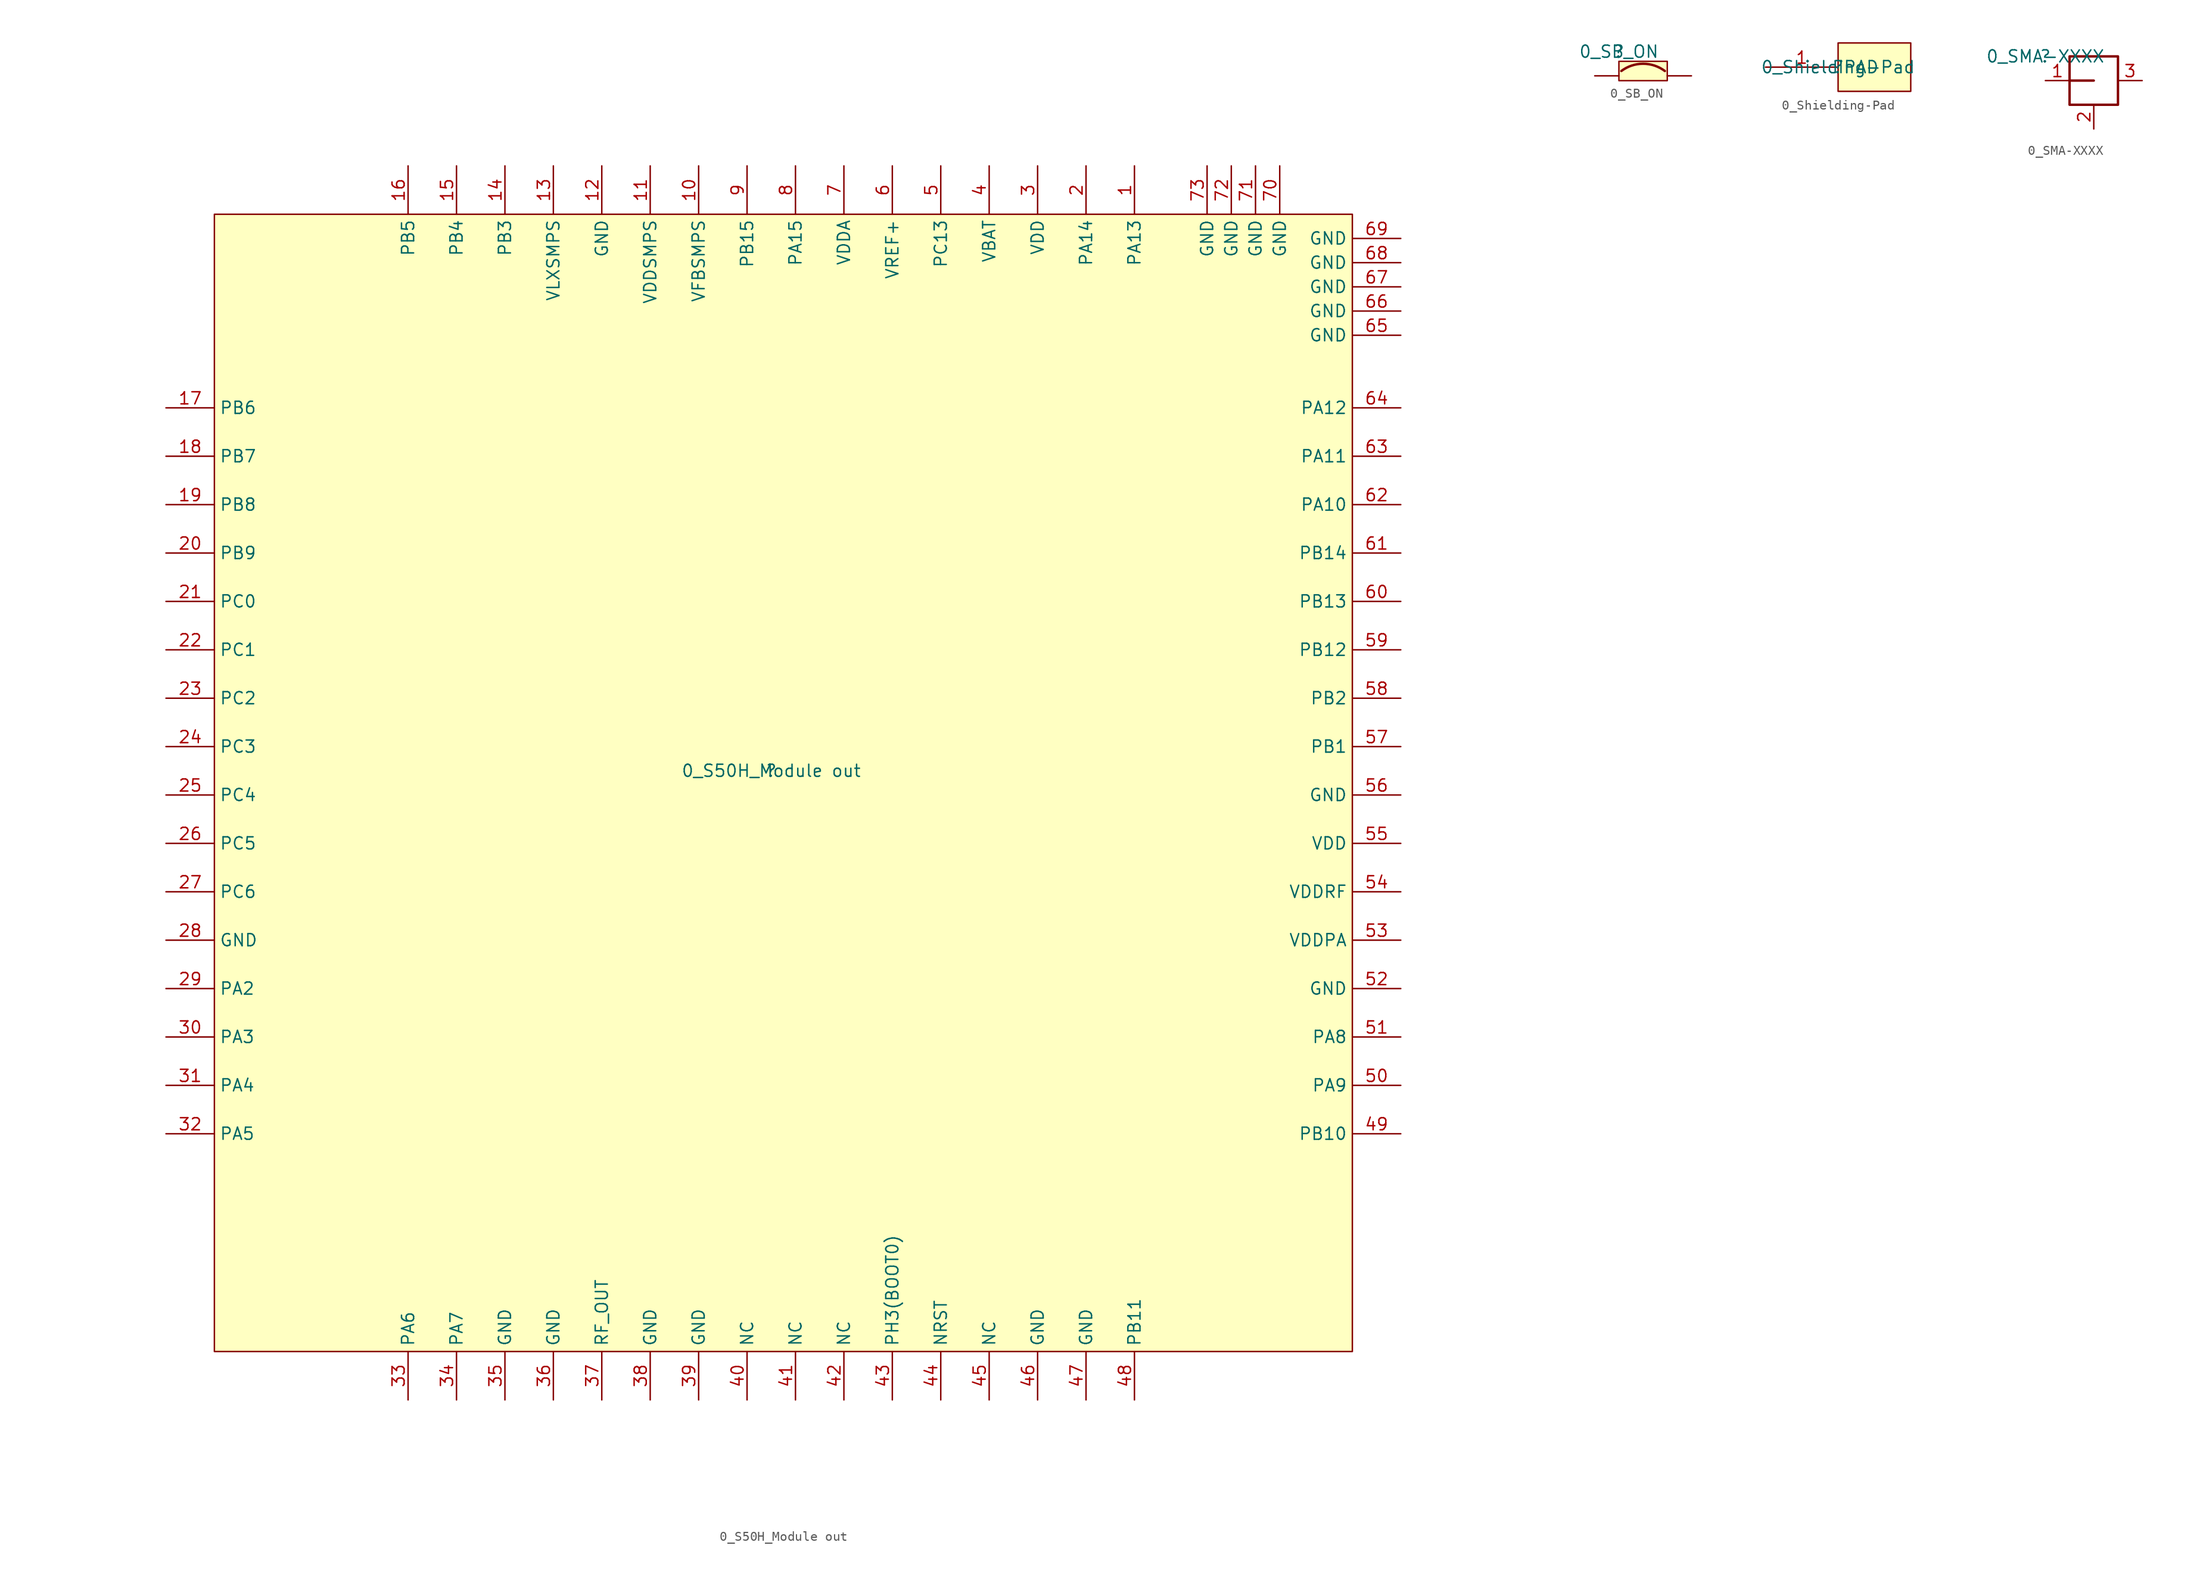
<source format=kicad_sym>
(kicad_symbol_lib
  (version 20231120)
  (generator "kicad_symbol_editor")
  (generator_version "8.0")
  (symbol "0_S50H_Module out"
    (property "Reference" ""
      (at 0 0 0)
      (effects (font (size 1.27 1.27))))
    (property "Value" "0_S50H_Module out"
      (at 0 0 0)
      (effects (font (size 1.27 1.27))))
    (symbol "0_S50H_Module out_1_0"
      (rectangle (start 60.96 58.42) (end -58.42 -60.96) (stroke (width 0) (type default)) (fill (type background)))
      (pin passive line (at 38.1 63.5 270) (length 5.08) (name "PA13" (effects (font (size 1.27 1.27)))) (number "1" (effects (font (size 1.27 1.27)))))
      (pin passive line (at -7.62 63.5 270) (length 5.08) (name "VFBSMPS" (effects (font (size 1.27 1.27)))) (number "10" (effects (font (size 1.27 1.27)))))
      (pin passive line (at -12.7 63.5 270) (length 5.08) (name "VDDSMPS" (effects (font (size 1.27 1.27)))) (number "11" (effects (font (size 1.27 1.27)))))
      (pin passive line (at -17.78 63.5 270) (length 5.08) (name "GND" (effects (font (size 1.27 1.27)))) (number "12" (effects (font (size 1.27 1.27)))))
      (pin passive line (at -22.86 63.5 270) (length 5.08) (name "VLXSMPS" (effects (font (size 1.27 1.27)))) (number "13" (effects (font (size 1.27 1.27)))))
      (pin passive line (at -27.94 63.5 270) (length 5.08) (name "PB3" (effects (font (size 1.27 1.27)))) (number "14" (effects (font (size 1.27 1.27)))))
      (pin passive line (at -33.02 63.5 270) (length 5.08) (name "PB4" (effects (font (size 1.27 1.27)))) (number "15" (effects (font (size 1.27 1.27)))))
      (pin passive line (at -38.1 63.5 270) (length 5.08) (name "PB5" (effects (font (size 1.27 1.27)))) (number "16" (effects (font (size 1.27 1.27)))))
      (pin passive line (at -63.5 38.1 0) (length 5.08) (name "PB6" (effects (font (size 1.27 1.27)))) (number "17" (effects (font (size 1.27 1.27)))))
      (pin passive line (at -63.5 33.02 0) (length 5.08) (name "PB7" (effects (font (size 1.27 1.27)))) (number "18" (effects (font (size 1.27 1.27)))))
      (pin passive line (at -63.5 27.94 0) (length 5.08) (name "PB8" (effects (font (size 1.27 1.27)))) (number "19" (effects (font (size 1.27 1.27)))))
      (pin passive line (at 33.02 63.5 270) (length 5.08) (name "PA14" (effects (font (size 1.27 1.27)))) (number "2" (effects (font (size 1.27 1.27)))))
      (pin passive line (at -63.5 22.86 0) (length 5.08) (name "PB9" (effects (font (size 1.27 1.27)))) (number "20" (effects (font (size 1.27 1.27)))))
      (pin passive line (at -63.5 17.78 0) (length 5.08) (name "PC0" (effects (font (size 1.27 1.27)))) (number "21" (effects (font (size 1.27 1.27)))))
      (pin passive line (at -63.5 12.7 0) (length 5.08) (name "PC1" (effects (font (size 1.27 1.27)))) (number "22" (effects (font (size 1.27 1.27)))))
      (pin passive line (at -63.5 7.62 0) (length 5.08) (name "PC2" (effects (font (size 1.27 1.27)))) (number "23" (effects (font (size 1.27 1.27)))))
      (pin passive line (at -63.5 2.54 0) (length 5.08) (name "PC3" (effects (font (size 1.27 1.27)))) (number "24" (effects (font (size 1.27 1.27)))))
      (pin passive line (at -63.5 -2.54 0) (length 5.08) (name "PC4" (effects (font (size 1.27 1.27)))) (number "25" (effects (font (size 1.27 1.27)))))
      (pin passive line (at -63.5 -7.62 0) (length 5.08) (name "PC5" (effects (font (size 1.27 1.27)))) (number "26" (effects (font (size 1.27 1.27)))))
      (pin passive line (at -63.5 -12.7 0) (length 5.08) (name "PC6" (effects (font (size 1.27 1.27)))) (number "27" (effects (font (size 1.27 1.27)))))
      (pin passive line (at -63.5 -17.78 0) (length 5.08) (name "GND" (effects (font (size 1.27 1.27)))) (number "28" (effects (font (size 1.27 1.27)))))
      (pin passive line (at -63.5 -22.86 0) (length 5.08) (name "PA2" (effects (font (size 1.27 1.27)))) (number "29" (effects (font (size 1.27 1.27)))))
      (pin passive line (at 27.94 63.5 270) (length 5.08) (name "VDD" (effects (font (size 1.27 1.27)))) (number "3" (effects (font (size 1.27 1.27)))))
      (pin passive line (at -63.5 -27.94 0) (length 5.08) (name "PA3" (effects (font (size 1.27 1.27)))) (number "30" (effects (font (size 1.27 1.27)))))
      (pin passive line (at -63.5 -33.02 0) (length 5.08) (name "PA4" (effects (font (size 1.27 1.27)))) (number "31" (effects (font (size 1.27 1.27)))))
      (pin passive line (at -63.5 -38.1 0) (length 5.08) (name "PA5" (effects (font (size 1.27 1.27)))) (number "32" (effects (font (size 1.27 1.27)))))
      (pin passive line (at -38.1 -66.04 90) (length 5.08) (name "PA6" (effects (font (size 1.27 1.27)))) (number "33" (effects (font (size 1.27 1.27)))))
      (pin passive line (at -33.02 -66.04 90) (length 5.08) (name "PA7" (effects (font (size 1.27 1.27)))) (number "34" (effects (font (size 1.27 1.27)))))
      (pin passive line (at -27.94 -66.04 90) (length 5.08) (name "GND" (effects (font (size 1.27 1.27)))) (number "35" (effects (font (size 1.27 1.27)))))
      (pin passive line (at -22.86 -66.04 90) (length 5.08) (name "GND" (effects (font (size 1.27 1.27)))) (number "36" (effects (font (size 1.27 1.27)))))
      (pin passive line (at -17.78 -66.04 90) (length 5.08) (name "RF_OUT" (effects (font (size 1.27 1.27)))) (number "37" (effects (font (size 1.27 1.27)))))
      (pin passive line (at -12.7 -66.04 90) (length 5.08) (name "GND" (effects (font (size 1.27 1.27)))) (number "38" (effects (font (size 1.27 1.27)))))
      (pin passive line (at -7.62 -66.04 90) (length 5.08) (name "GND" (effects (font (size 1.27 1.27)))) (number "39" (effects (font (size 1.27 1.27)))))
      (pin passive line (at 22.86 63.5 270) (length 5.08) (name "VBAT" (effects (font (size 1.27 1.27)))) (number "4" (effects (font (size 1.27 1.27)))))
      (pin passive line (at -2.54 -66.04 90) (length 5.08) (name "NC" (effects (font (size 1.27 1.27)))) (number "40" (effects (font (size 1.27 1.27)))))
      (pin passive line (at 2.54 -66.04 90) (length 5.08) (name "NC" (effects (font (size 1.27 1.27)))) (number "41" (effects (font (size 1.27 1.27)))))
      (pin passive line (at 7.62 -66.04 90) (length 5.08) (name "NC" (effects (font (size 1.27 1.27)))) (number "42" (effects (font (size 1.27 1.27)))))
      (pin passive line (at 12.7 -66.04 90) (length 5.08) (name "PH3(BOOT0)" (effects (font (size 1.27 1.27)))) (number "43" (effects (font (size 1.27 1.27)))))
      (pin passive line (at 17.78 -66.04 90) (length 5.08) (name "NRST" (effects (font (size 1.27 1.27)))) (number "44" (effects (font (size 1.27 1.27)))))
      (pin passive line (at 22.86 -66.04 90) (length 5.08) (name "NC" (effects (font (size 1.27 1.27)))) (number "45" (effects (font (size 1.27 1.27)))))
      (pin passive line (at 27.94 -66.04 90) (length 5.08) (name "GND" (effects (font (size 1.27 1.27)))) (number "46" (effects (font (size 1.27 1.27)))))
      (pin passive line (at 33.02 -66.04 90) (length 5.08) (name "GND" (effects (font (size 1.27 1.27)))) (number "47" (effects (font (size 1.27 1.27)))))
      (pin passive line (at 38.1 -66.04 90) (length 5.08) (name "PB11" (effects (font (size 1.27 1.27)))) (number "48" (effects (font (size 1.27 1.27)))))
      (pin passive line (at 66.04 -38.1 180) (length 5.08) (name "PB10" (effects (font (size 1.27 1.27)))) (number "49" (effects (font (size 1.27 1.27)))))
      (pin passive line (at 17.78 63.5 270) (length 5.08) (name "PC13" (effects (font (size 1.27 1.27)))) (number "5" (effects (font (size 1.27 1.27)))))
      (pin passive line (at 66.04 -33.02 180) (length 5.08) (name "PA9" (effects (font (size 1.27 1.27)))) (number "50" (effects (font (size 1.27 1.27)))))
      (pin passive line (at 66.04 -27.94 180) (length 5.08) (name "PA8" (effects (font (size 1.27 1.27)))) (number "51" (effects (font (size 1.27 1.27)))))
      (pin passive line (at 66.04 -22.86 180) (length 5.08) (name "GND" (effects (font (size 1.27 1.27)))) (number "52" (effects (font (size 1.27 1.27)))))
      (pin passive line (at 66.04 -17.78 180) (length 5.08) (name "VDDPA" (effects (font (size 1.27 1.27)))) (number "53" (effects (font (size 1.27 1.27)))))
      (pin passive line (at 66.04 -12.7 180) (length 5.08) (name "VDDRF" (effects (font (size 1.27 1.27)))) (number "54" (effects (font (size 1.27 1.27)))))
      (pin passive line (at 66.04 -7.62 180) (length 5.08) (name "VDD" (effects (font (size 1.27 1.27)))) (number "55" (effects (font (size 1.27 1.27)))))
      (pin passive line (at 66.04 -2.54 180) (length 5.08) (name "GND" (effects (font (size 1.27 1.27)))) (number "56" (effects (font (size 1.27 1.27)))))
      (pin passive line (at 66.04 2.54 180) (length 5.08) (name "PB1" (effects (font (size 1.27 1.27)))) (number "57" (effects (font (size 1.27 1.27)))))
      (pin passive line (at 66.04 7.62 180) (length 5.08) (name "PB2" (effects (font (size 1.27 1.27)))) (number "58" (effects (font (size 1.27 1.27)))))
      (pin passive line (at 66.04 12.7 180) (length 5.08) (name "PB12" (effects (font (size 1.27 1.27)))) (number "59" (effects (font (size 1.27 1.27)))))
      (pin passive line (at 12.7 63.5 270) (length 5.08) (name "VREF+" (effects (font (size 1.27 1.27)))) (number "6" (effects (font (size 1.27 1.27)))))
      (pin passive line (at 66.04 17.78 180) (length 5.08) (name "PB13" (effects (font (size 1.27 1.27)))) (number "60" (effects (font (size 1.27 1.27)))))
      (pin passive line (at 66.04 22.86 180) (length 5.08) (name "PB14" (effects (font (size 1.27 1.27)))) (number "61" (effects (font (size 1.27 1.27)))))
      (pin passive line (at 66.04 27.94 180) (length 5.08) (name "PA10" (effects (font (size 1.27 1.27)))) (number "62" (effects (font (size 1.27 1.27)))))
      (pin passive line (at 66.04 33.02 180) (length 5.08) (name "PA11" (effects (font (size 1.27 1.27)))) (number "63" (effects (font (size 1.27 1.27)))))
      (pin passive line (at 66.04 38.1 180) (length 5.08) (name "PA12" (effects (font (size 1.27 1.27)))) (number "64" (effects (font (size 1.27 1.27)))))
      (pin passive line (at 66.04 45.72 180) (length 5.08) (name "GND" (effects (font (size 1.27 1.27)))) (number "65" (effects (font (size 1.27 1.27)))))
      (pin passive line (at 66.04 48.26 180) (length 5.08) (name "GND" (effects (font (size 1.27 1.27)))) (number "66" (effects (font (size 1.27 1.27)))))
      (pin passive line (at 66.04 50.8 180) (length 5.08) (name "GND" (effects (font (size 1.27 1.27)))) (number "67" (effects (font (size 1.27 1.27)))))
      (pin passive line (at 66.04 53.34 180) (length 5.08) (name "GND" (effects (font (size 1.27 1.27)))) (number "68" (effects (font (size 1.27 1.27)))))
      (pin passive line (at 66.04 55.88 180) (length 5.08) (name "GND" (effects (font (size 1.27 1.27)))) (number "69" (effects (font (size 1.27 1.27)))))
      (pin passive line (at 7.62 63.5 270) (length 5.08) (name "VDDA" (effects (font (size 1.27 1.27)))) (number "7" (effects (font (size 1.27 1.27)))))
      (pin passive line (at 53.34 63.5 270) (length 5.08) (name "GND" (effects (font (size 1.27 1.27)))) (number "70" (effects (font (size 1.27 1.27)))))
      (pin passive line (at 50.8 63.5 270) (length 5.08) (name "GND" (effects (font (size 1.27 1.27)))) (number "71" (effects (font (size 1.27 1.27)))))
      (pin passive line (at 48.26 63.5 270) (length 5.08) (name "GND" (effects (font (size 1.27 1.27)))) (number "72" (effects (font (size 1.27 1.27)))))
      (pin passive line (at 45.72 63.5 270) (length 5.08) (name "GND" (effects (font (size 1.27 1.27)))) (number "73" (effects (font (size 1.27 1.27)))))
      (pin passive line (at 2.54 63.5 270) (length 5.08) (name "PA15" (effects (font (size 1.27 1.27)))) (number "8" (effects (font (size 1.27 1.27)))))
      (pin passive line (at -2.54 63.5 270) (length 5.08) (name "PB15" (effects (font (size 1.27 1.27)))) (number "9" (effects (font (size 1.27 1.27)))))))
  (symbol "0_SB_ON"
    (property "Reference" ""
      (at 0 0 0)
      (effects (font (size 1.27 1.27))))
    (property "Value" "0_SB_ON"
      (at 0 0 0)
      (effects (font (size 1.27 1.27))))
    (symbol "0_SB_ON_1_0"
      (arc (start 2.54 -1.27) (mid 1.3352 -1.4655) (end 0.254 -2.032) (stroke (width 0.254) (type default)) (fill (type none)))
      (arc (start 4.826 -2.032) (mid 3.7448 -1.4655) (end 2.54 -1.27) (stroke (width 0.254) (type default)) (fill (type none)))
      (rectangle (start 5.08 -1.016) (end 0 -3.048) (stroke (width 0) (type default)) (fill (type background)))
      (pin passive line (at -2.54 -2.54 0) (length 2.54) (name "1" (effects (font (size 0 0)))) (number "1" (effects (font (size 0 0)))))
      (pin passive line (at 7.62 -2.54 180) (length 2.54) (name "2" (effects (font (size 0 0)))) (number "2" (effects (font (size 0 0)))))))
  (symbol "0_Shielding-Pad"
    (property "Reference" ""
      (at 0 0 0)
      (effects (font (size 1.27 1.27))))
    (property "Value" "0_Shielding-Pad"
      (at 0 0 0)
      (effects (font (size 1.27 1.27))))
    (symbol "0_Shielding-Pad_1_0"
      (rectangle (start 7.62 2.54) (end 0 -2.54) (stroke (width 0) (type default)) (fill (type background)))
      (pin passive line (at -7.62 0 0) (length 7.62) (name "PAD" (effects (font (size 1.27 1.27)))) (number "1" (effects (font (size 1.27 1.27)))))))
  (symbol "0_SMA-XXXX"
    (property "Reference" ""
      (at 0 0 0)
      (effects (font (size 1.27 1.27))))
    (property "Value" "0_SMA-XXXX"
      (at 0 0 0)
      (effects (font (size 1.27 1.27))))
    (symbol "0_SMA-XXXX_1_0"
      (polyline (pts (xy 5.08 -2.54) (xy 2.54 -2.54)) (stroke (width 0.254) (type default)) (fill (type none)))
      (rectangle (start 7.62 0) (end 2.54 -5.08) (stroke (width 0.254) (type default)) (fill (type none)))
      (pin passive line (at 0 -2.54 0) (length 2.54) (name "1" (effects (font (size 0 0)))) (number "1" (effects (font (size 1.27 1.27)))))
      (pin passive line (at 5.08 -7.62 90) (length 2.54) (name "2" (effects (font (size 0 0)))) (number "2" (effects (font (size 1.27 1.27)))))
      (pin passive line (at 10.16 -2.54 180) (length 2.54) (name "3" (effects (font (size 0 0)))) (number "3" (effects (font (size 1.27 1.27))))))))
</source>
